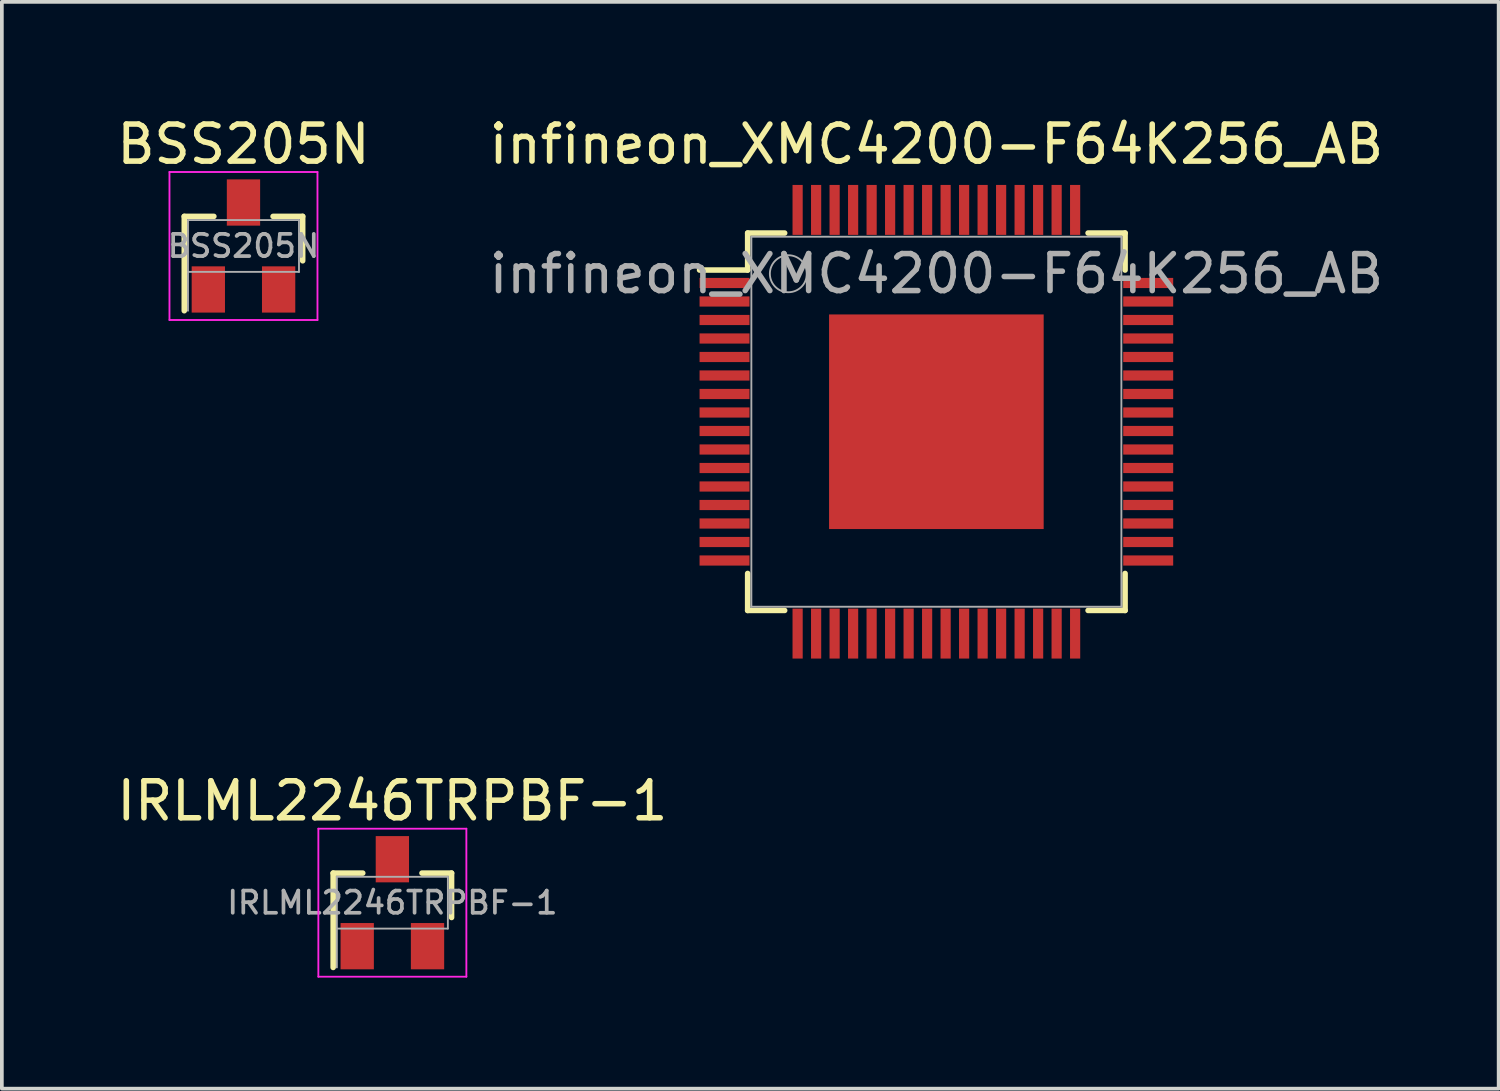
<source format=kicad_pcb>
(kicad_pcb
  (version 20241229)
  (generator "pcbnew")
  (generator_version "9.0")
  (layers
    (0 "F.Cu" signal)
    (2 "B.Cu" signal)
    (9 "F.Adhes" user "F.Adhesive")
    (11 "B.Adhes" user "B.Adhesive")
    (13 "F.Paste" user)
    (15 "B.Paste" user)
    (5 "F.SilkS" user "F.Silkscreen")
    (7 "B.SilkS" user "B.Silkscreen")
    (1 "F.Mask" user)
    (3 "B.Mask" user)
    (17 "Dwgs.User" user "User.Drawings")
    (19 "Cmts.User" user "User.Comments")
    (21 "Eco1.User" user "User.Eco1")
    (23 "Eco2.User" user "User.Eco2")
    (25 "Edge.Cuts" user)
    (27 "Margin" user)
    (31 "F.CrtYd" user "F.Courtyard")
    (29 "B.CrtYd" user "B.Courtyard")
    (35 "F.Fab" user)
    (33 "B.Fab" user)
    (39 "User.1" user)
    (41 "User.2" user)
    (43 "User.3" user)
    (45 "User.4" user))
  (footprint "BSS205N"
    (layer "F.Cu")
    (at 3.53 3.598)
    (property "Reference" "BSS205N" (at 0 0 0) (layer "F.Fab") (effects (font (size 0.6 0.6) (thickness 0.1))))
    (attr smd)
    (fp_line (start -1.6 -0.8) (end -0.8 -0.8) (stroke (width 0.15) (type solid)) (layer "F.SilkS"))
    (fp_line (start -1.6 1.75) (end -1.6 -0.8) (stroke (width 0.15) (type solid)) (layer "F.SilkS"))
    (fp_line (start 0.8 -0.8) (end 1.6 -0.8) (stroke (width 0.15) (type solid)) (layer "F.SilkS"))
    (fp_line (start 1.6 -0.8) (end 1.6 0.4) (stroke (width 0.15) (type solid)) (layer "F.SilkS"))
    (fp_line (start -2 -2) (end 2 -2) (stroke (width 0.05) (type solid)) (layer "F.CrtYd"))
    (fp_line (start -2 2) (end -2 -2) (stroke (width 0.05) (type solid)) (layer "F.CrtYd"))
    (fp_line (start 2 -2) (end 2 2) (stroke (width 0.05) (type solid)) (layer "F.CrtYd"))
    (fp_line (start 2 2) (end -2 2) (stroke (width 0.05) (type solid)) (layer "F.CrtYd"))
    (fp_line (start -1.5 -0.7) (end -1.5 1.75) (stroke (width 0.05) (type solid)) (layer "F.Fab"))
    (fp_line (start -1.5 -0.7) (end 1.5 -0.7) (stroke (width 0.05) (type solid)) (layer "F.Fab"))
    (fp_line (start 1.5 -0.7) (end 1.5 0.7) (stroke (width 0.05) (type solid)) (layer "F.Fab"))
    (fp_line (start 1.5 0.7) (end -1.5 0.7) (stroke (width 0.05) (type solid)) (layer "F.Fab"))
    (fp_text user "${REFERENCE}" (at 0 -2.75 0) (layer "F.SilkS") (effects (font (size 1 1) (thickness 0.15))))
    (pad "1" smd rect (at -0.95 1.175) (size 0.9 1.25) (layers "F.Cu" "F.Mask" "F.Paste"))
    (pad "2" smd rect (at 0.95 1.175) (size 0.9 1.25) (layers "F.Cu" "F.Mask" "F.Paste"))
    (pad "3" smd rect (at 0 -1.175) (size 0.9 1.25) (layers "F.Cu" "F.Mask" "F.Paste")))
  (footprint "infineon_XMC4200-F64K256_AB"
    (layer "F.Cu")
    (at 22.256 8.348)
    (property "Reference" "infineon_XMC4200-F64K256_AB" (at 0 -4 0) (layer "F.Fab") (effects (font (size 1 1) (thickness 0.15))))
    (attr through_hole)
    (fp_line (start -5.1 -5.1) (end -5.1 -4.1) (stroke (width 0.15) (type solid)) (layer "F.SilkS"))
    (fp_line (start -5.1 -4.1) (end -6.4 -4.1) (stroke (width 0.15) (type solid)) (layer "F.SilkS"))
    (fp_line (start -5.1 5.1) (end -5.1 4.1) (stroke (width 0.15) (type solid)) (layer "F.SilkS"))
    (fp_line (start -4.1 -5.1) (end -5.1 -5.1) (stroke (width 0.15) (type solid)) (layer "F.SilkS"))
    (fp_line (start -4.1 5.1) (end -5.1 5.1) (stroke (width 0.15) (type solid)) (layer "F.SilkS"))
    (fp_line (start 4.1 -5.1) (end 5.1 -5.1) (stroke (width 0.15) (type solid)) (layer "F.SilkS"))
    (fp_line (start 5.1 -5.1) (end 5.1 -4.1) (stroke (width 0.15) (type solid)) (layer "F.SilkS"))
    (fp_line (start 5.1 4.1) (end 5.1 5.1) (stroke (width 0.15) (type solid)) (layer "F.SilkS"))
    (fp_line (start 5.1 5.1) (end 4.1 5.1) (stroke (width 0.15) (type solid)) (layer "F.SilkS"))
    (fp_line (start -5 -5) (end -5 5) (stroke (width 0.05) (type solid)) (layer "F.Fab"))
    (fp_line (start -5 5) (end 5 5) (stroke (width 0.05) (type solid)) (layer "F.Fab"))
    (fp_line (start 5 -5) (end -5 -5) (stroke (width 0.05) (type solid)) (layer "F.Fab"))
    (fp_line (start 5 5) (end 5 -5) (stroke (width 0.05) (type solid)) (layer "F.Fab"))
    (fp_circle (center -4 -4) (end -4.5 -4) (stroke (width 0.05) (type solid)) (fill no) (layer "F.Fab"))
    (fp_text user "${REFERENCE}" (at 0 -7.5 0) (layer "F.SilkS") (effects (font (size 1 1) (thickness 0.15))))
    (pad "1" smd rect (at -5.725 -3.75) (size 1.35 0.275) (layers "F.Cu" "F.Mask" "F.Paste"))
    (pad "2" smd rect (at -5.725 -3.25) (size 1.35 0.275) (layers "F.Cu" "F.Mask" "F.Paste"))
    (pad "3" smd rect (at -5.725 -2.75) (size 1.35 0.275) (layers "F.Cu" "F.Mask" "F.Paste"))
    (pad "4" smd rect (at -5.725 -2.25) (size 1.35 0.275) (layers "F.Cu" "F.Mask" "F.Paste"))
    (pad "5" smd rect (at -5.725 -1.75) (size 1.35 0.275) (layers "F.Cu" "F.Mask" "F.Paste"))
    (pad "6" smd rect (at -5.725 -1.25) (size 1.35 0.275) (layers "F.Cu" "F.Mask" "F.Paste"))
    (pad "7" smd rect (at -5.725 -0.75) (size 1.35 0.275) (layers "F.Cu" "F.Mask" "F.Paste"))
    (pad "8" smd rect (at -5.725 -0.25) (size 1.35 0.275) (layers "F.Cu" "F.Mask" "F.Paste"))
    (pad "9" smd rect (at -5.725 0.25) (size 1.35 0.275) (layers "F.Cu" "F.Mask" "F.Paste"))
    (pad "10" smd rect (at -5.725 0.75) (size 1.35 0.275) (layers "F.Cu" "F.Mask" "F.Paste"))
    (pad "11" smd rect (at -5.725 1.25) (size 1.35 0.275) (layers "F.Cu" "F.Mask" "F.Paste"))
    (pad "12" smd rect (at -5.725 1.75) (size 1.35 0.275) (layers "F.Cu" "F.Mask" "F.Paste"))
    (pad "13" smd rect (at -5.725 2.25) (size 1.35 0.275) (layers "F.Cu" "F.Mask" "F.Paste"))
    (pad "14" smd rect (at -5.725 2.75) (size 1.35 0.275) (layers "F.Cu" "F.Mask" "F.Paste"))
    (pad "15" smd rect (at -5.725 3.25) (size 1.35 0.275) (layers "F.Cu" "F.Mask" "F.Paste"))
    (pad "16" smd rect (at -5.725 3.75) (size 1.35 0.275) (layers "F.Cu" "F.Mask" "F.Paste"))
    (pad "17" smd rect (at -3.75 5.725 90) (size 1.35 0.275) (layers "F.Cu" "F.Mask" "F.Paste"))
    (pad "18" smd rect (at -3.25 5.725 90) (size 1.35 0.275) (layers "F.Cu" "F.Mask" "F.Paste"))
    (pad "19" smd rect (at -2.75 5.725 90) (size 1.35 0.275) (layers "F.Cu" "F.Mask" "F.Paste"))
    (pad "20" smd rect (at -2.25 5.725 90) (size 1.35 0.275) (layers "F.Cu" "F.Mask" "F.Paste"))
    (pad "21" smd rect (at -1.75 5.725 90) (size 1.35 0.275) (layers "F.Cu" "F.Mask" "F.Paste"))
    (pad "22" smd rect (at -1.25 5.725 90) (size 1.35 0.275) (layers "F.Cu" "F.Mask" "F.Paste"))
    (pad "23" smd rect (at -0.75 5.725 90) (size 1.35 0.275) (layers "F.Cu" "F.Mask" "F.Paste"))
    (pad "24" smd rect (at -0.25 5.725 90) (size 1.35 0.275) (layers "F.Cu" "F.Mask" "F.Paste"))
    (pad "25" smd rect (at 0.25 5.725 90) (size 1.35 0.275) (layers "F.Cu" "F.Mask" "F.Paste"))
    (pad "26" smd rect (at 0.75 5.725 90) (size 1.35 0.275) (layers "F.Cu" "F.Mask" "F.Paste"))
    (pad "27" smd rect (at 1.25 5.725 90) (size 1.35 0.275) (layers "F.Cu" "F.Mask" "F.Paste"))
    (pad "28" smd rect (at 1.75 5.725 90) (size 1.35 0.275) (layers "F.Cu" "F.Mask" "F.Paste"))
    (pad "29" smd rect (at 2.25 5.725 90) (size 1.35 0.275) (layers "F.Cu" "F.Mask" "F.Paste"))
    (pad "30" smd rect (at 2.75 5.725 90) (size 1.35 0.275) (layers "F.Cu" "F.Mask" "F.Paste"))
    (pad "31" smd rect (at 3.25 5.725 90) (size 1.35 0.275) (layers "F.Cu" "F.Mask" "F.Paste"))
    (pad "32" smd rect (at 3.75 5.725 90) (size 1.35 0.275) (layers "F.Cu" "F.Mask" "F.Paste"))
    (pad "33" smd rect (at 5.725 3.75) (size 1.35 0.275) (layers "F.Cu" "F.Mask" "F.Paste"))
    (pad "34" smd rect (at 5.725 3.25) (size 1.35 0.275) (layers "F.Cu" "F.Mask" "F.Paste"))
    (pad "35" smd rect (at 5.725 2.75) (size 1.35 0.275) (layers "F.Cu" "F.Mask" "F.Paste"))
    (pad "36" smd rect (at 5.725 2.25) (size 1.35 0.275) (layers "F.Cu" "F.Mask" "F.Paste"))
    (pad "37" smd rect (at 5.725 1.75) (size 1.35 0.275) (layers "F.Cu" "F.Mask" "F.Paste"))
    (pad "38" smd rect (at 5.725 1.25) (size 1.35 0.275) (layers "F.Cu" "F.Mask" "F.Paste"))
    (pad "39" smd rect (at 5.725 0.75) (size 1.35 0.275) (layers "F.Cu" "F.Mask" "F.Paste"))
    (pad "40" smd rect (at 5.725 0.25) (size 1.35 0.275) (layers "F.Cu" "F.Mask" "F.Paste"))
    (pad "41" smd rect (at 5.725 -0.25) (size 1.35 0.275) (layers "F.Cu" "F.Mask" "F.Paste"))
    (pad "42" smd rect (at 5.725 -0.75) (size 1.35 0.275) (layers "F.Cu" "F.Mask" "F.Paste"))
    (pad "43" smd rect (at 5.725 -1.25) (size 1.35 0.275) (layers "F.Cu" "F.Mask" "F.Paste"))
    (pad "44" smd rect (at 5.725 -1.75) (size 1.35 0.275) (layers "F.Cu" "F.Mask" "F.Paste"))
    (pad "45" smd rect (at 5.725 -2.25) (size 1.35 0.275) (layers "F.Cu" "F.Mask" "F.Paste"))
    (pad "46" smd rect (at 5.725 -2.75) (size 1.35 0.275) (layers "F.Cu" "F.Mask" "F.Paste"))
    (pad "47" smd rect (at 5.725 -3.25) (size 1.35 0.275) (layers "F.Cu" "F.Mask" "F.Paste"))
    (pad "48" smd rect (at 5.725 -3.75) (size 1.35 0.275) (layers "F.Cu" "F.Mask" "F.Paste"))
    (pad "49" smd rect (at 3.75 -5.725 90) (size 1.35 0.275) (layers "F.Cu" "F.Mask" "F.Paste"))
    (pad "50" smd rect (at 3.25 -5.725 90) (size 1.35 0.275) (layers "F.Cu" "F.Mask" "F.Paste"))
    (pad "51" smd rect (at 2.75 -5.725 90) (size 1.35 0.275) (layers "F.Cu" "F.Mask" "F.Paste"))
    (pad "52" smd rect (at 2.25 -5.725 90) (size 1.35 0.275) (layers "F.Cu" "F.Mask" "F.Paste"))
    (pad "53" smd rect (at 1.75 -5.725 90) (size 1.35 0.275) (layers "F.Cu" "F.Mask" "F.Paste"))
    (pad "54" smd rect (at 1.25 -5.725 90) (size 1.35 0.275) (layers "F.Cu" "F.Mask" "F.Paste"))
    (pad "55" smd rect (at 0.75 -5.725 90) (size 1.35 0.275) (layers "F.Cu" "F.Mask" "F.Paste"))
    (pad "56" smd rect (at 0.25 -5.725 90) (size 1.35 0.275) (layers "F.Cu" "F.Mask" "F.Paste"))
    (pad "57" smd rect (at -0.25 -5.725 90) (size 1.35 0.275) (layers "F.Cu" "F.Mask" "F.Paste"))
    (pad "58" smd rect (at -0.75 -5.725 90) (size 1.35 0.275) (layers "F.Cu" "F.Mask" "F.Paste"))
    (pad "59" smd rect (at -1.25 -5.725 90) (size 1.35 0.275) (layers "F.Cu" "F.Mask" "F.Paste"))
    (pad "60" smd rect (at -1.75 -5.725 90) (size 1.35 0.275) (layers "F.Cu" "F.Mask" "F.Paste"))
    (pad "61" smd rect (at -2.25 -5.725 90) (size 1.35 0.275) (layers "F.Cu" "F.Mask" "F.Paste"))
    (pad "62" smd rect (at -2.75 -5.725 90) (size 1.35 0.275) (layers "F.Cu" "F.Mask" "F.Paste"))
    (pad "63" smd rect (at -3.25 -5.725 90) (size 1.35 0.275) (layers "F.Cu" "F.Mask" "F.Paste"))
    (pad "64" smd rect (at -3.75 -5.725 90) (size 1.35 0.275) (layers "F.Cu" "F.Mask" "F.Paste"))
    (pad "65" smd rect (at 0 0) (size 5.8 5.8) (layers "F.Cu" "F.Mask" "F.Paste")))
  (footprint "IRLML2246TRPBF-1"
    (layer "F.Cu")
    (at 7.554 21.346)
    (property "Reference" "IRLML2246TRPBF-1" (at 0 0 0) (layer "F.Fab") (effects (font (size 0.6 0.6) (thickness 0.1))))
    (attr smd)
    (fp_line (start -1.6 -0.8) (end -0.8 -0.8) (stroke (width 0.15) (type solid)) (layer "F.SilkS"))
    (fp_line (start -1.6 1.75) (end -1.6 -0.8) (stroke (width 0.15) (type solid)) (layer "F.SilkS"))
    (fp_line (start 0.8 -0.8) (end 1.6 -0.8) (stroke (width 0.15) (type solid)) (layer "F.SilkS"))
    (fp_line (start 1.6 -0.8) (end 1.6 0.4) (stroke (width 0.15) (type solid)) (layer "F.SilkS"))
    (fp_line (start -2 -2) (end 2 -2) (stroke (width 0.05) (type solid)) (layer "F.CrtYd"))
    (fp_line (start -2 2) (end -2 -2) (stroke (width 0.05) (type solid)) (layer "F.CrtYd"))
    (fp_line (start 2 -2) (end 2 2) (stroke (width 0.05) (type solid)) (layer "F.CrtYd"))
    (fp_line (start 2 2) (end -2 2) (stroke (width 0.05) (type solid)) (layer "F.CrtYd"))
    (fp_line (start -1.5 -0.7) (end -1.5 1.75) (stroke (width 0.05) (type solid)) (layer "F.Fab"))
    (fp_line (start -1.5 -0.7) (end 1.5 -0.7) (stroke (width 0.05) (type solid)) (layer "F.Fab"))
    (fp_line (start 1.5 -0.7) (end 1.5 0.7) (stroke (width 0.05) (type solid)) (layer "F.Fab"))
    (fp_line (start 1.5 0.7) (end -1.5 0.7) (stroke (width 0.05) (type solid)) (layer "F.Fab"))
    (fp_text user "${REFERENCE}" (at 0 -2.75 0) (layer "F.SilkS") (effects (font (size 1 1) (thickness 0.15))))
    (pad "1" smd rect (at -0.95 1.175) (size 0.9 1.25) (layers "F.Cu" "F.Mask" "F.Paste"))
    (pad "2" smd rect (at 0.95 1.175) (size 0.9 1.25) (layers "F.Cu" "F.Mask" "F.Paste"))
    (pad "3" smd rect (at 0 -1.175) (size 0.9 1.25) (layers "F.Cu" "F.Mask" "F.Paste")))
  (gr_rect
    (start -3 -3)
    (end 37.452 26.372)
    (stroke (width 0.1) (type default))
    (fill no)
    (layer "Edge.Cuts")))
</source>
